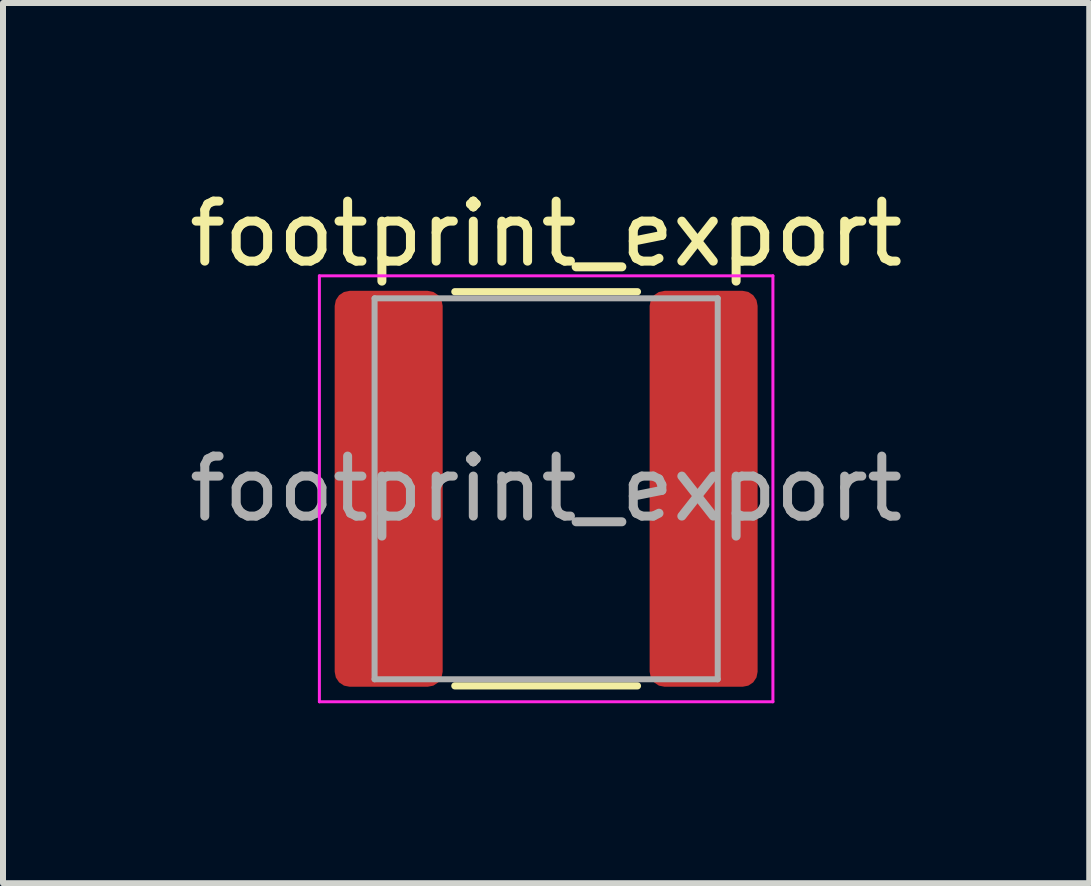
<source format=kicad_pcb>
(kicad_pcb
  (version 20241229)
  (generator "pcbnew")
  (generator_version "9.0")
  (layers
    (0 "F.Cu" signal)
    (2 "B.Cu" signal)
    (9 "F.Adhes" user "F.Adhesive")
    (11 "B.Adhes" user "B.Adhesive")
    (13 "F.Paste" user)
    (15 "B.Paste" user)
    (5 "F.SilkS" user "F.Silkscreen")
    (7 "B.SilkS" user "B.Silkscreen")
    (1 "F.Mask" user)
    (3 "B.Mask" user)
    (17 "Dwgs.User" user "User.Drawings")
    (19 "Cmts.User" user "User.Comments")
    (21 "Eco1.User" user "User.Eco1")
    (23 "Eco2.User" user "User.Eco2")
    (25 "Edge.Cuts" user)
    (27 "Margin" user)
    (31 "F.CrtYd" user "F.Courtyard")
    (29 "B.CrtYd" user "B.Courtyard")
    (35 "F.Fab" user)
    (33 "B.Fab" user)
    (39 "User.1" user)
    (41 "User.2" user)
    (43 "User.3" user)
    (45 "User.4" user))
  (footprint "footprint_export"
    (layer "F.Cu")
    (at 6.054 5.098)
    (property "Reference" "footprint_export" (at 0 -4.25 0) (layer "F.SilkS") (effects (font (size 1 1) (thickness 0.15))))
    (attr smd)
    (fp_line (start -1.522 -3.285) (end 1.522 -3.285) (stroke (width 0.12) (type solid)) (layer "F.SilkS"))
    (fp_line (start -1.522 3.285) (end 1.522 3.285) (stroke (width 0.12) (type solid)) (layer "F.SilkS"))
    (fp_line (start -3.78 -3.55) (end 3.78 -3.55) (stroke (width 0.05) (type solid)) (layer "F.CrtYd"))
    (fp_line (start -3.78 3.55) (end -3.78 -3.55) (stroke (width 0.05) (type solid)) (layer "F.CrtYd"))
    (fp_line (start 3.78 -3.55) (end 3.78 3.55) (stroke (width 0.05) (type solid)) (layer "F.CrtYd"))
    (fp_line (start 3.78 3.55) (end -3.78 3.55) (stroke (width 0.05) (type solid)) (layer "F.CrtYd"))
    (fp_line (start -2.86 -3.175) (end 2.86 -3.175) (stroke (width 0.1) (type solid)) (layer "F.Fab"))
    (fp_line (start -2.86 3.175) (end -2.86 -3.175) (stroke (width 0.1) (type solid)) (layer "F.Fab"))
    (fp_line (start 2.86 -3.175) (end 2.86 3.175) (stroke (width 0.1) (type solid)) (layer "F.Fab"))
    (fp_line (start 2.86 3.175) (end -2.86 3.175) (stroke (width 0.1) (type solid)) (layer "F.Fab"))
    (fp_text user "${REFERENCE}" (at 0 0 0) (layer "F.Fab") (effects (font (size 1 1) (thickness 0.15))))
    (pad "1" smd roundrect (at -2.625 0) (size 1.8 6.6) (layers "F.Cu" "F.Mask" "F.Paste") (roundrect_rratio 0.139))
    (pad "2" smd roundrect (at 2.625 0) (size 1.8 6.6) (layers "F.Cu" "F.Mask" "F.Paste") (roundrect_rratio 0.139)))
  (gr_rect
    (start -3 -3)
    (end 15.107 11.673)
    (stroke (width 0.1) (type default))
    (fill no)
    (layer "Edge.Cuts")))
</source>
